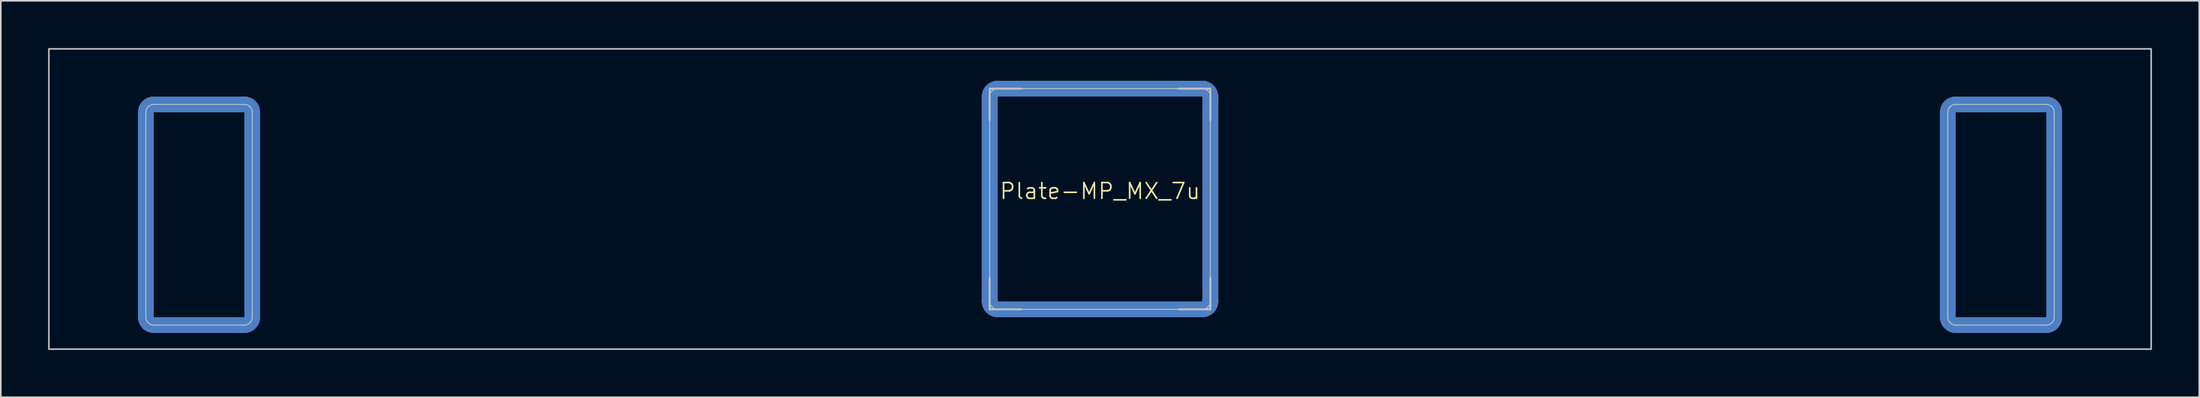
<source format=kicad_pcb>
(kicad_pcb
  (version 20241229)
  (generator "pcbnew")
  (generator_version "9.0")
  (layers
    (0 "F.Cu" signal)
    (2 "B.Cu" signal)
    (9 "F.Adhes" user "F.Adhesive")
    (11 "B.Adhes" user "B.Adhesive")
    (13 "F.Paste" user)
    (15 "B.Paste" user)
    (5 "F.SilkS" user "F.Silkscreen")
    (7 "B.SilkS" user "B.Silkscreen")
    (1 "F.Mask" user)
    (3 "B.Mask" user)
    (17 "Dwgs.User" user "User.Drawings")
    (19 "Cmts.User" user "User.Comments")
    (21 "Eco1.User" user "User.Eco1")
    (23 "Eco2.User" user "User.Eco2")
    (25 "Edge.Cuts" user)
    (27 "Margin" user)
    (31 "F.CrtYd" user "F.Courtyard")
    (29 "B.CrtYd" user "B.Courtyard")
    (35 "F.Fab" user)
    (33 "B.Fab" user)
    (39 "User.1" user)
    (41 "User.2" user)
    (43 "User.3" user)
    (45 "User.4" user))
  (footprint "Plate-MP_MX_7u"
    (layer "F.Cu")
    (at 66.725 9.575)
    (property "Reference" "Plate-MP_MX_7u" (at 0 -0.5 0) (unlocked yes) (layer "F.SilkS") (effects (font (size 1 1) (thickness 0.1))))
    (attr exclude_from_pos_files exclude_from_bom allow_missing_courtyard)
    (fp_line (start -60.525 -5.5) (end -60.525 7.5) (stroke (width 1) (type solid)) (layer "F.Cu"))
    (fp_line (start -54.275 -6) (end -60.025 -6) (stroke (width 1) (type solid)) (layer "F.Cu"))
    (fp_line (start -54.275 8) (end -60.025 8) (stroke (width 1) (type solid)) (layer "F.Cu"))
    (fp_line (start -53.775 -5.5) (end -53.775 7.5) (stroke (width 1) (type solid)) (layer "F.Cu"))
    (fp_line (start -7 -6.5) (end -7 6.5) (stroke (width 1) (type solid)) (layer "F.Cu"))
    (fp_line (start -6.5 7) (end 6.5 7) (stroke (width 1) (type solid)) (layer "F.Cu"))
    (fp_line (start 6.5 -7) (end -6.5 -7) (stroke (width 1) (type solid)) (layer "F.Cu"))
    (fp_line (start 7 6.5) (end 7 -6.5) (stroke (width 1) (type solid)) (layer "F.Cu"))
    (fp_line (start 53.775 -5.5) (end 53.775 7.5) (stroke (width 1) (type solid)) (layer "F.Cu"))
    (fp_line (start 60.025 -6) (end 54.275 -6) (stroke (width 1) (type solid)) (layer "F.Cu"))
    (fp_line (start 60.025 8) (end 54.275 8) (stroke (width 1) (type solid)) (layer "F.Cu"))
    (fp_line (start 60.525 -5.5) (end 60.525 7.5) (stroke (width 1) (type solid)) (layer "F.Cu"))
    (fp_arc (start -60.525 -5.499999) (mid -60.378553 -5.853552) (end -60.025 -5.999999) (stroke (width 1) (type solid)) (layer "F.Cu"))
    (fp_arc (start -60.025 8.000001) (mid -60.378554 7.853555) (end -60.525 7.500001) (stroke (width 1) (type solid)) (layer "F.Cu"))
    (fp_arc (start -54.275 -5.999999) (mid -53.921447 -5.853552) (end -53.775 -5.499999) (stroke (width 1) (type solid)) (layer "F.Cu"))
    (fp_arc (start -53.775 7.500001) (mid -53.921447 7.853554) (end -54.275 8.000001) (stroke (width 1) (type solid)) (layer "F.Cu"))
    (fp_arc (start -7 -6.5) (mid -6.853554 -6.853554) (end -6.5 -7) (stroke (width 1) (type solid)) (layer "F.Cu"))
    (fp_arc (start -6.497236 6.998884) (mid -6.85079 6.852438) (end -6.997236 6.498884) (stroke (width 1) (type solid)) (layer "F.Cu"))
    (fp_arc (start 6.5 -7) (mid 6.853554 -6.853554) (end 7 -6.5) (stroke (width 1) (type solid)) (layer "F.Cu"))
    (fp_arc (start 7 6.5) (mid 6.853554 6.853554) (end 6.5 7) (stroke (width 1) (type solid)) (layer "F.Cu"))
    (fp_arc (start 53.775 -5.499999) (mid 53.921447 -5.853552) (end 54.275 -5.999999) (stroke (width 1) (type solid)) (layer "F.Cu"))
    (fp_arc (start 54.275 8.000001) (mid 53.921446 7.853555) (end 53.775 7.500001) (stroke (width 1) (type solid)) (layer "F.Cu"))
    (fp_arc (start 60.025 -5.999999) (mid 60.378553 -5.853552) (end 60.525 -5.499999) (stroke (width 1) (type solid)) (layer "F.Cu"))
    (fp_arc (start 60.525 7.500001) (mid 60.378553 7.853554) (end 60.025 8.000001) (stroke (width 1) (type solid)) (layer "F.Cu"))
    (fp_line (start -60.525 -5.5) (end -60.525 7.5) (stroke (width 1.1) (type solid)) (layer "F.Mask"))
    (fp_line (start -60.025 -6) (end -54.275 -6) (stroke (width 1.1) (type solid)) (layer "F.Mask"))
    (fp_line (start -60.025 8) (end -54.275 8) (stroke (width 1.1) (type solid)) (layer "F.Mask"))
    (fp_line (start -53.775 -5.5) (end -53.775 7.5) (stroke (width 1.1) (type solid)) (layer "F.Mask"))
    (fp_line (start -7 -6.5) (end -7 6.5) (stroke (width 1.1) (type solid)) (layer "F.Mask"))
    (fp_line (start -6.5 7) (end 6.5 7) (stroke (width 1.1) (type solid)) (layer "F.Mask"))
    (fp_line (start 6.5 -7) (end -6.5 -7) (stroke (width 1.1) (type solid)) (layer "F.Mask"))
    (fp_line (start 7 6.5) (end 7 -6.5) (stroke (width 1.1) (type solid)) (layer "F.Mask"))
    (fp_line (start 53.775 -5.5) (end 53.775 7.5) (stroke (width 1.1) (type solid)) (layer "F.Mask"))
    (fp_line (start 54.275 -6) (end 60.025 -6) (stroke (width 1.1) (type solid)) (layer "F.Mask"))
    (fp_line (start 54.275 8) (end 60.025 8) (stroke (width 1.1) (type solid)) (layer "F.Mask"))
    (fp_line (start 60.525 -5.5) (end 60.525 7.5) (stroke (width 1.1) (type solid)) (layer "F.Mask"))
    (fp_arc (start -60.525 -5.499999) (mid -60.378553 -5.853552) (end -60.025 -5.999999) (stroke (width 1.1) (type solid)) (layer "F.Mask"))
    (fp_arc (start -60.025 8.000001) (mid -60.378553 7.853554) (end -60.525 7.500001) (stroke (width 1.1) (type solid)) (layer "F.Mask"))
    (fp_arc (start -54.275 -5.999999) (mid -53.921447 -5.853552) (end -53.775 -5.499999) (stroke (width 1.1) (type solid)) (layer "F.Mask"))
    (fp_arc (start -53.775 7.500001) (mid -53.921447 7.853554) (end -54.275 8.000001) (stroke (width 1.1) (type solid)) (layer "F.Mask"))
    (fp_arc (start -7 -6.5) (mid -6.853554 -6.853554) (end -6.5 -7) (stroke (width 1.1) (type solid)) (layer "F.Mask"))
    (fp_arc (start -6.497236 6.998884) (mid -6.85079 6.852438) (end -6.997236 6.498884) (stroke (width 1.1) (type solid)) (layer "F.Mask"))
    (fp_arc (start 6.5 -7) (mid 6.853554 -6.853554) (end 7 -6.5) (stroke (width 1.1) (type solid)) (layer "F.Mask"))
    (fp_arc (start 7 6.5) (mid 6.853554 6.853554) (end 6.5 7) (stroke (width 1.1) (type solid)) (layer "F.Mask"))
    (fp_arc (start 53.775 -5.499999) (mid 53.921447 -5.853552) (end 54.275 -5.999999) (stroke (width 1.1) (type solid)) (layer "F.Mask"))
    (fp_arc (start 54.275 8.000001) (mid 53.921447 7.853554) (end 53.775 7.500001) (stroke (width 1.1) (type solid)) (layer "F.Mask"))
    (fp_arc (start 60.025 -5.999999) (mid 60.378553 -5.853552) (end 60.525 -5.499999) (stroke (width 1.1) (type solid)) (layer "F.Mask"))
    (fp_arc (start 60.525 7.500001) (mid 60.378553 7.853554) (end 60.025 8.000001) (stroke (width 1.1) (type solid)) (layer "F.Mask"))
    (fp_line (start -60.525 -5.5) (end -60.525 7.5) (stroke (width 1) (type solid)) (layer "B.Cu"))
    (fp_line (start -60.025 -6) (end -54.275 -6) (stroke (width 1) (type solid)) (layer "B.Cu"))
    (fp_line (start -60.025 8) (end -54.275 8) (stroke (width 1) (type solid)) (layer "B.Cu"))
    (fp_line (start -53.775 -5.5) (end -53.775 7.5) (stroke (width 1) (type solid)) (layer "B.Cu"))
    (fp_line (start -7 6.5) (end -7 -6.5) (stroke (width 1) (type solid)) (layer "B.Cu"))
    (fp_line (start -6.5 -7) (end 6.5 -7) (stroke (width 1) (type solid)) (layer "B.Cu"))
    (fp_line (start 6.5 7) (end -6.5 7) (stroke (width 1) (type solid)) (layer "B.Cu"))
    (fp_line (start 7 -6.5) (end 7 6.5) (stroke (width 1) (type solid)) (layer "B.Cu"))
    (fp_line (start 53.775 -5.5) (end 53.775 7.5) (stroke (width 1) (type solid)) (layer "B.Cu"))
    (fp_line (start 54.275 -6) (end 60.025 -6) (stroke (width 1) (type solid)) (layer "B.Cu"))
    (fp_line (start 54.275 8) (end 60.025 8) (stroke (width 1) (type solid)) (layer "B.Cu"))
    (fp_line (start 60.525 -5.5) (end 60.525 7.5) (stroke (width 1) (type solid)) (layer "B.Cu"))
    (fp_arc (start -60.525 -5.499999) (mid -60.378553 -5.853552) (end -60.025 -5.999999) (stroke (width 1) (type solid)) (layer "B.Cu"))
    (fp_arc (start -60.025 8.000001) (mid -60.378553 7.853554) (end -60.525 7.500001) (stroke (width 1) (type solid)) (layer "B.Cu"))
    (fp_arc (start -54.275 -5.999999) (mid -53.921447 -5.853552) (end -53.775 -5.499999) (stroke (width 1) (type solid)) (layer "B.Cu"))
    (fp_arc (start -53.775 7.500001) (mid -53.921447 7.853554) (end -54.275 8.000001) (stroke (width 1) (type solid)) (layer "B.Cu"))
    (fp_arc (start -7 -6.5) (mid -6.853553 -6.853553) (end -6.5 -7) (stroke (width 1) (type solid)) (layer "B.Cu"))
    (fp_arc (start -6.5 7) (mid -6.853553 6.853553) (end -7 6.5) (stroke (width 1) (type solid)) (layer "B.Cu"))
    (fp_arc (start 6.5 -7) (mid 6.853554 -6.853554) (end 7 -6.5) (stroke (width 1) (type solid)) (layer "B.Cu"))
    (fp_arc (start 6.997236 6.498884) (mid 6.85079 6.852438) (end 6.497236 6.998884) (stroke (width 1) (type solid)) (layer "B.Cu"))
    (fp_arc (start 53.775 -5.499999) (mid 53.921447 -5.853552) (end 54.275 -5.999999) (stroke (width 1) (type solid)) (layer "B.Cu"))
    (fp_arc (start 54.275 8.000001) (mid 53.921447 7.853554) (end 53.775 7.500001) (stroke (width 1) (type solid)) (layer "B.Cu"))
    (fp_arc (start 60.025 -5.999999) (mid 60.378553 -5.853552) (end 60.525 -5.499999) (stroke (width 1) (type solid)) (layer "B.Cu"))
    (fp_arc (start 60.525 7.500001) (mid 60.378553 7.853554) (end 60.025 8.000001) (stroke (width 1) (type solid)) (layer "B.Cu"))
    (fp_line (start -60.525 -5.5) (end -60.525 7.5) (stroke (width 1.1) (type solid)) (layer "B.Mask"))
    (fp_line (start -54.275 -6) (end -60.025 -6) (stroke (width 1.1) (type solid)) (layer "B.Mask"))
    (fp_line (start -54.275 8) (end -60.025 8) (stroke (width 1.1) (type solid)) (layer "B.Mask"))
    (fp_line (start -53.775 -5.5) (end -53.775 7.5) (stroke (width 1.1) (type solid)) (layer "B.Mask"))
    (fp_line (start -7 6.5) (end -7 -6.5) (stroke (width 1.1) (type solid)) (layer "B.Mask"))
    (fp_line (start -6.5 -7) (end 6.5 -7) (stroke (width 1.1) (type solid)) (layer "B.Mask"))
    (fp_line (start 6.5 7) (end -6.5 7) (stroke (width 1.1) (type solid)) (layer "B.Mask"))
    (fp_line (start 7 -6.5) (end 7 6.5) (stroke (width 1.1) (type solid)) (layer "B.Mask"))
    (fp_line (start 53.775 -5.5) (end 53.775 7.5) (stroke (width 1.1) (type solid)) (layer "B.Mask"))
    (fp_line (start 60.025 -6) (end 54.275 -6) (stroke (width 1.1) (type solid)) (layer "B.Mask"))
    (fp_line (start 60.025 8) (end 54.275 8) (stroke (width 1.1) (type solid)) (layer "B.Mask"))
    (fp_line (start 60.525 -5.5) (end 60.525 7.5) (stroke (width 1.1) (type solid)) (layer "B.Mask"))
    (fp_arc (start -60.525 -5.499999) (mid -60.378553 -5.853552) (end -60.025 -5.999999) (stroke (width 1.1) (type solid)) (layer "B.Mask"))
    (fp_arc (start -60.025 8.000001) (mid -60.378553 7.853554) (end -60.525 7.500001) (stroke (width 1.1) (type solid)) (layer "B.Mask"))
    (fp_arc (start -54.275 -5.999999) (mid -53.921447 -5.853552) (end -53.775 -5.499999) (stroke (width 1.1) (type solid)) (layer "B.Mask"))
    (fp_arc (start -53.775 7.500001) (mid -53.921447 7.853554) (end -54.275 8.000001) (stroke (width 1.1) (type solid)) (layer "B.Mask"))
    (fp_arc (start -7 -6.5) (mid -6.853553 -6.853553) (end -6.5 -7) (stroke (width 1.1) (type solid)) (layer "B.Mask"))
    (fp_arc (start -6.5 7) (mid -6.853553 6.853553) (end -7 6.5) (stroke (width 1.1) (type solid)) (layer "B.Mask"))
    (fp_arc (start 6.5 -7) (mid 6.853554 -6.853554) (end 7 -6.5) (stroke (width 1.1) (type solid)) (layer "B.Mask"))
    (fp_arc (start 6.997236 6.498884) (mid 6.85079 6.852438) (end 6.497236 6.998884) (stroke (width 1.1) (type solid)) (layer "B.Mask"))
    (fp_arc (start 53.775 -5.499999) (mid 53.921447 -5.853552) (end 54.275 -5.999999) (stroke (width 1.1) (type solid)) (layer "B.Mask"))
    (fp_arc (start 54.275 8.000001) (mid 53.921447 7.853554) (end 53.775 7.500001) (stroke (width 1.1) (type solid)) (layer "B.Mask"))
    (fp_arc (start 60.025 -5.999999) (mid 60.378553 -5.853552) (end 60.525 -5.499999) (stroke (width 1.1) (type solid)) (layer "B.Mask"))
    (fp_arc (start 60.525 7.500001) (mid 60.378553 7.853554) (end 60.025 8.000001) (stroke (width 1.1) (type solid)) (layer "B.Mask"))
    (fp_line (start -7 -7) (end -5 -7) (stroke (width 0.12) (type solid)) (layer "Dwgs.User"))
    (fp_line (start -7 -5) (end -7 -7) (stroke (width 0.12) (type solid)) (layer "Dwgs.User"))
    (fp_line (start -7 7) (end -7 5) (stroke (width 0.12) (type solid)) (layer "Dwgs.User"))
    (fp_line (start -5 7) (end -7 7) (stroke (width 0.12) (type solid)) (layer "Dwgs.User"))
    (fp_line (start 5 -7) (end 7 -7) (stroke (width 0.12) (type solid)) (layer "Dwgs.User"))
    (fp_line (start 5 7) (end 7 7) (stroke (width 0.12) (type solid)) (layer "Dwgs.User"))
    (fp_line (start 7 -7) (end 7 -5) (stroke (width 0.12) (type solid)) (layer "Dwgs.User"))
    (fp_line (start 7 7) (end 7 5) (stroke (width 0.12) (type solid)) (layer "Dwgs.User"))
    (fp_rect (start -66.675 -9.525) (end 66.675 9.525) (stroke (width 0.1) (type solid)) (fill no) (layer "Dwgs.User"))
    (fp_line (start -60.525 -5.5) (end -60.525 7.5) (stroke (width 0.05) (type solid)) (layer "Edge.Cuts"))
    (fp_line (start -60.025 -6) (end -54.275 -6) (stroke (width 0.05) (type solid)) (layer "Edge.Cuts"))
    (fp_line (start -60.025 8) (end -54.275 8) (stroke (width 0.05) (type solid)) (layer "Edge.Cuts"))
    (fp_line (start -53.775 -5.5) (end -53.775 7.5) (stroke (width 0.05) (type solid)) (layer "Edge.Cuts"))
    (fp_line (start -7 -6.5) (end -7 6.5) (stroke (width 0.05) (type solid)) (layer "Edge.Cuts"))
    (fp_line (start -6.5 7) (end 6.5 7) (stroke (width 0.05) (type solid)) (layer "Edge.Cuts"))
    (fp_line (start 6.5 -7) (end -6.5 -7) (stroke (width 0.05) (type solid)) (layer "Edge.Cuts"))
    (fp_line (start 7 6.5) (end 7 -6.5) (stroke (width 0.05) (type solid)) (layer "Edge.Cuts"))
    (fp_line (start 53.776 -5.5) (end 53.776 7.5) (stroke (width 0.05) (type solid)) (layer "Edge.Cuts"))
    (fp_line (start 54.276 -6) (end 60.024 -6) (stroke (width 0.05) (type solid)) (layer "Edge.Cuts"))
    (fp_line (start 54.276 8) (end 60.026 8) (stroke (width 0.05) (type solid)) (layer "Edge.Cuts"))
    (fp_line (start 60.524 -5.5) (end 60.526 7.5) (stroke (width 0.05) (type solid)) (layer "Edge.Cuts"))
    (fp_arc (start -60.525 -5.499999) (mid -60.378553 -5.853552) (end -60.025 -5.999999) (stroke (width 0.05) (type solid)) (layer "Edge.Cuts"))
    (fp_arc (start -60.025 8.000001) (mid -60.378553 7.853554) (end -60.525 7.500001) (stroke (width 0.05) (type solid)) (layer "Edge.Cuts"))
    (fp_arc (start -54.275 -5.999999) (mid -53.921447 -5.853552) (end -53.775 -5.499999) (stroke (width 0.05) (type solid)) (layer "Edge.Cuts"))
    (fp_arc (start -53.775 7.500001) (mid -53.921447 7.853554) (end -54.275 8.000001) (stroke (width 0.05) (type solid)) (layer "Edge.Cuts"))
    (fp_arc (start -7 -6.5) (mid -6.853553 -6.853553) (end -6.5 -7) (stroke (width 0.05) (type solid)) (layer "Edge.Cuts"))
    (fp_arc (start -6.497236 6.998884) (mid -6.850789 6.852437) (end -6.997236 6.498884) (stroke (width 0.05) (type solid)) (layer "Edge.Cuts"))
    (fp_arc (start 6.5 -7) (mid 6.853554 -6.853554) (end 7 -6.5) (stroke (width 0.05) (type solid)) (layer "Edge.Cuts"))
    (fp_arc (start 7 6.5) (mid 6.853554 6.853554) (end 6.5 7) (stroke (width 0.05) (type solid)) (layer "Edge.Cuts"))
    (fp_arc (start 53.775605 -5.499999) (mid 53.922049 -5.853569) (end 54.275605 -5.999999) (stroke (width 0.05) (type solid)) (layer "Edge.Cuts"))
    (fp_arc (start 54.275605 8.000001) (mid 53.922045 7.853545) (end 53.775605 7.500001) (stroke (width 0.05) (type solid)) (layer "Edge.Cuts"))
    (fp_arc (start 60.024394 -5.999999) (mid 60.377954 -5.853543) (end 60.524394 -5.499999) (stroke (width 0.05) (type solid)) (layer "Edge.Cuts"))
    (fp_arc (start 60.525605 7.500001) (mid 60.379155 7.853538) (end 60.025605 8.000001) (stroke (width 0.05) (type solid)) (layer "Edge.Cuts")))
  (gr_rect
    (start -3 -3)
    (end 136.45 22.15)
    (stroke (width 0.1) (type default))
    (fill no)
    (layer "Edge.Cuts")))
</source>
